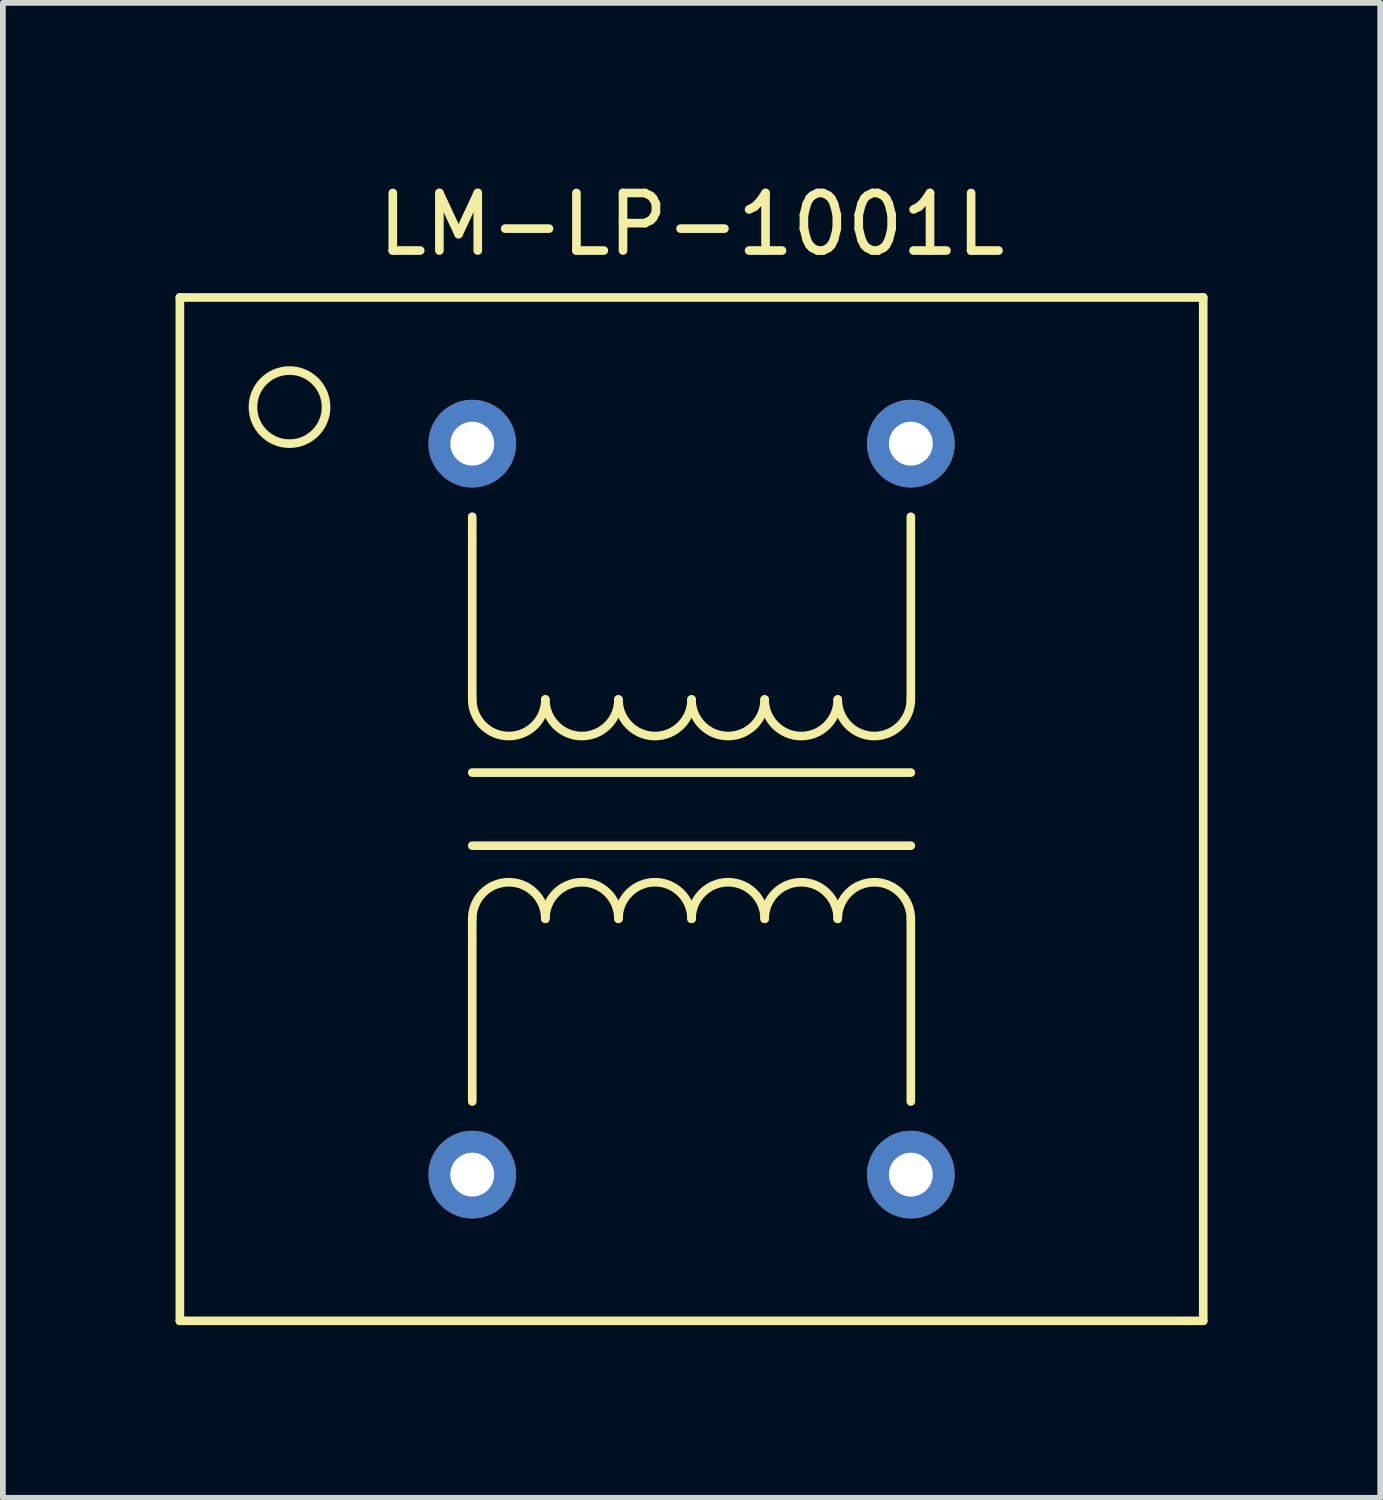
<source format=kicad_pcb>
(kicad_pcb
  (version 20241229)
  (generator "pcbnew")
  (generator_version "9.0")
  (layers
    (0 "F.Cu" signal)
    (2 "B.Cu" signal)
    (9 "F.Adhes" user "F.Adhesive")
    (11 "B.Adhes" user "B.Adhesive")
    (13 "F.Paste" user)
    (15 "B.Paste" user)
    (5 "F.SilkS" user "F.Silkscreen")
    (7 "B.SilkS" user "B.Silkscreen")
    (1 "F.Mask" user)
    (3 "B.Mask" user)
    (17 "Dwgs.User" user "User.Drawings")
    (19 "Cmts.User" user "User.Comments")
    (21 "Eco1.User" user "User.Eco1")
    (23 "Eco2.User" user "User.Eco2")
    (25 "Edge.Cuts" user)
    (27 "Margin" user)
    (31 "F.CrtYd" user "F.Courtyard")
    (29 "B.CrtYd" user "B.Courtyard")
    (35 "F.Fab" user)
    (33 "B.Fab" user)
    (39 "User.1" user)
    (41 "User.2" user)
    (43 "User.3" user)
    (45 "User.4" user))
  (footprint "LM-LP-1001L"
    (layer "F.Cu")
    (at 8.965 11.008)
    (property "Reference" "LM-LP-1001L" (at 0 -10.16 0) (layer "F.SilkS") (effects (font (size 1 1) (thickness 0.15))))
    (attr through_hole)
    (fp_line (start -8.89 -8.89) (end -8.89 8.89) (stroke (width 0.15) (type solid)) (layer "F.SilkS"))
    (fp_line (start -8.89 8.89) (end 8.89 8.89) (stroke (width 0.15) (type solid)) (layer "F.SilkS"))
    (fp_line (start -3.81 -1.905) (end -3.81 -5.08) (stroke (width 0.15) (type solid)) (layer "F.SilkS"))
    (fp_line (start -3.81 -0.635) (end 3.81 -0.635) (stroke (width 0.15) (type solid)) (layer "F.SilkS"))
    (fp_line (start -3.81 0.635) (end 3.81 0.635) (stroke (width 0.15) (type solid)) (layer "F.SilkS"))
    (fp_line (start -3.81 1.905) (end -3.81 5.08) (stroke (width 0.15) (type solid)) (layer "F.SilkS"))
    (fp_line (start 3.81 -1.905) (end 3.81 -5.08) (stroke (width 0.15) (type solid)) (layer "F.SilkS"))
    (fp_line (start 3.81 1.905) (end 3.81 5.08) (stroke (width 0.15) (type solid)) (layer "F.SilkS"))
    (fp_line (start 8.89 -8.89) (end -8.89 -8.89) (stroke (width 0.15) (type solid)) (layer "F.SilkS"))
    (fp_line (start 8.89 8.89) (end 8.89 -8.89) (stroke (width 0.15) (type solid)) (layer "F.SilkS"))
    (fp_arc (start -3.81 1.905) (mid -3.175 1.27) (end -2.54 1.905) (stroke (width 0.15) (type solid)) (layer "F.SilkS"))
    (fp_arc (start -2.54 -1.905) (mid -3.175 -1.27) (end -3.81 -1.905) (stroke (width 0.15) (type solid)) (layer "F.SilkS"))
    (fp_arc (start -2.54 1.905) (mid -1.905 1.27) (end -1.27 1.905) (stroke (width 0.15) (type solid)) (layer "F.SilkS"))
    (fp_arc (start -1.27 -1.905) (mid -1.905 -1.27) (end -2.54 -1.905) (stroke (width 0.15) (type solid)) (layer "F.SilkS"))
    (fp_arc (start -1.27 1.905) (mid -0.635 1.27) (end 0 1.905) (stroke (width 0.15) (type solid)) (layer "F.SilkS"))
    (fp_arc (start 0 -1.905) (mid -0.635 -1.27) (end -1.27 -1.905) (stroke (width 0.15) (type solid)) (layer "F.SilkS"))
    (fp_arc (start 0 1.905) (mid 0.635 1.27) (end 1.27 1.905) (stroke (width 0.15) (type solid)) (layer "F.SilkS"))
    (fp_arc (start 1.27 -1.905) (mid 0.635 -1.27) (end 0 -1.905) (stroke (width 0.15) (type solid)) (layer "F.SilkS"))
    (fp_arc (start 1.27 1.905) (mid 1.905 1.27) (end 2.54 1.905) (stroke (width 0.15) (type solid)) (layer "F.SilkS"))
    (fp_arc (start 2.54 -1.905) (mid 1.905 -1.27) (end 1.27 -1.905) (stroke (width 0.15) (type solid)) (layer "F.SilkS"))
    (fp_arc (start 2.54 1.905) (mid 3.175 1.27) (end 3.81 1.905) (stroke (width 0.15) (type solid)) (layer "F.SilkS"))
    (fp_arc (start 3.81 -1.905) (mid 3.175 -1.27) (end 2.54 -1.905) (stroke (width 0.15) (type solid)) (layer "F.SilkS"))
    (fp_circle (center -6.985 -6.985) (end -6.35 -6.985) (stroke (width 0.15) (type solid)) (fill no) (layer "F.SilkS"))
    (pad "1" thru_hole circle (at -3.81 -6.35) (size 1.524 1.524) (drill 0.762) (layers "*.Cu" "*.Mask"))
    (pad "4" thru_hole circle (at 3.81 -6.35) (size 1.524 1.524) (drill 0.762) (layers "*.Cu" "*.Mask"))
    (pad "5" thru_hole circle (at 3.81 6.35) (size 1.524 1.524) (drill 0.762) (layers "*.Cu" "*.Mask"))
    (pad "8" thru_hole circle (at -3.81 6.35) (size 1.524 1.524) (drill 0.762) (layers "*.Cu" "*.Mask")))
  (gr_rect
    (start -3 -3)
    (end 20.93 22.973)
    (stroke (width 0.1) (type default))
    (fill no)
    (layer "Edge.Cuts")))
</source>
